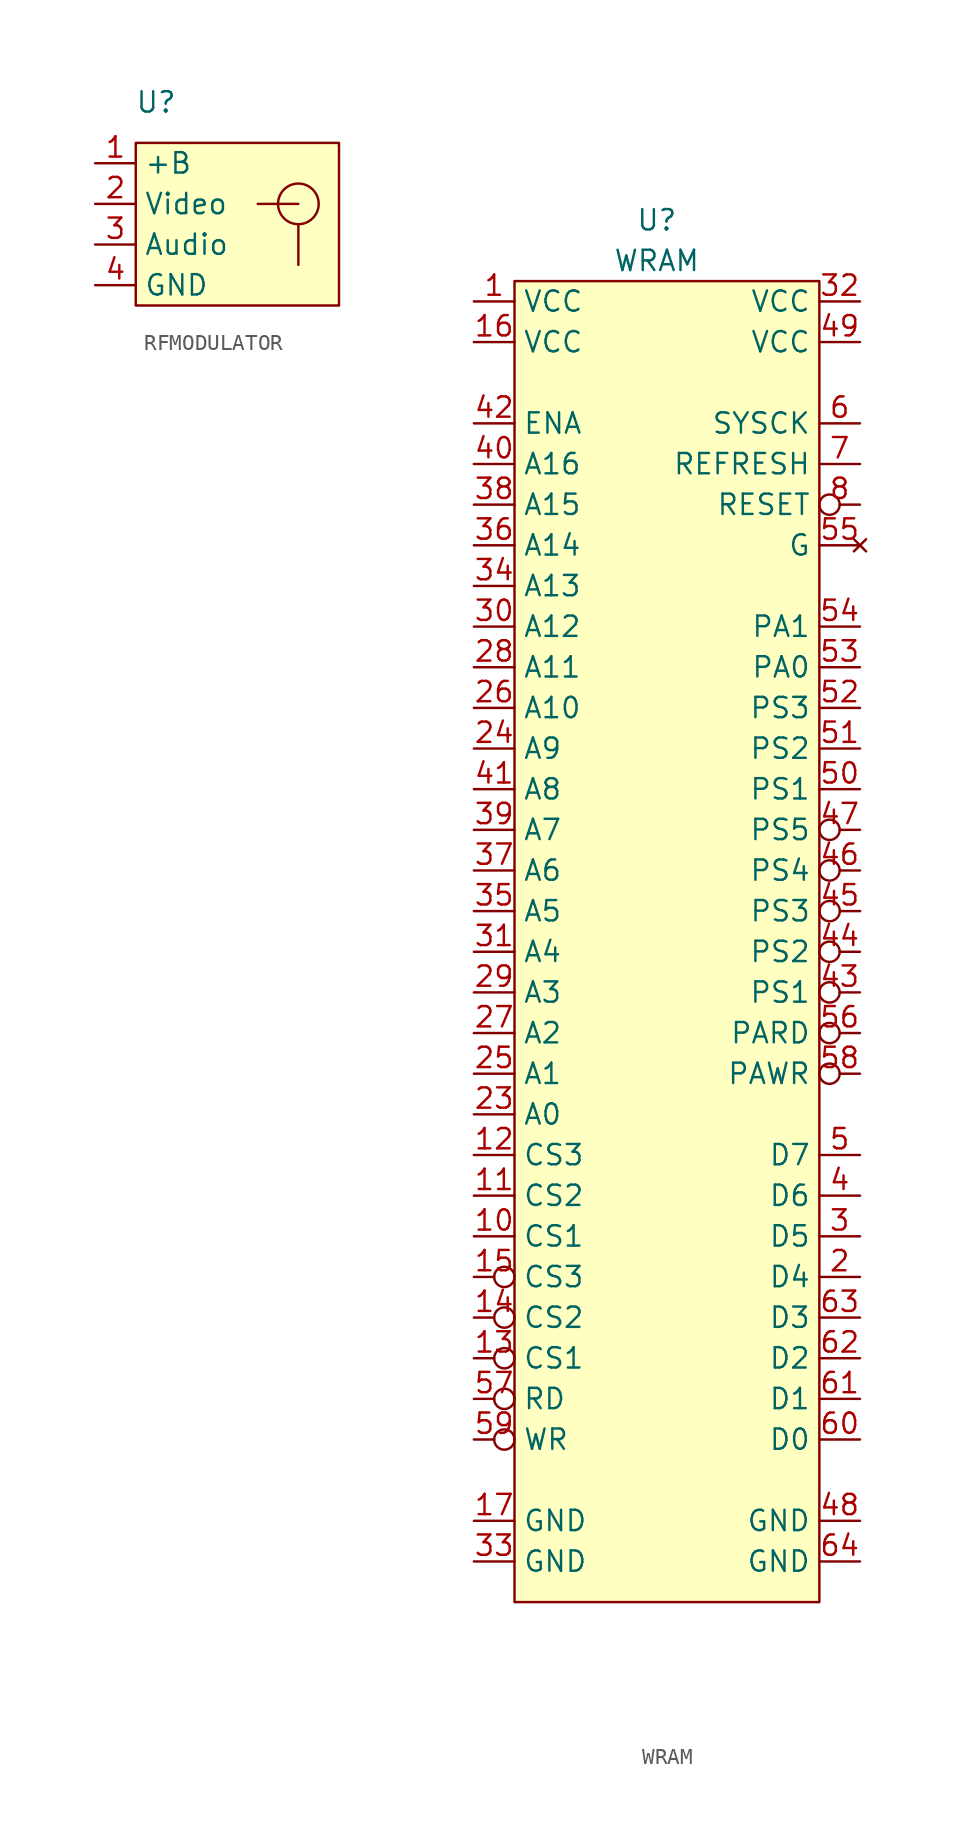
<source format=kicad_sym>
(kicad_symbol_lib
  (version 20220914)
  (generator kicad_symbol_editor)
  (symbol "RFMODULATOR"
    (property "Reference" "U"
      (at -5.08 7.62 0)
      (effects (font (size 1.27 1.27))))
    (property "Value" ""
      (at -5.08 3.81 0)
      (effects (font (size 1.27 1.27))))
    (symbol "RFMODULATOR_0_1"
      (rectangle (start -6.35 5.08) (end 6.35 -5.08) (stroke (width 0) (type default)) (fill (type background)))
      (polyline (pts (xy 1.27 1.27) (xy 3.81 1.27)) (stroke (width 0) (type default)) (fill (type none)))
      (polyline (pts (xy 3.81 0) (xy 3.81 -2.54)) (stroke (width 0) (type default)) (fill (type none)))
      (circle (center 3.81 1.27) (radius 1.27) (stroke (width 0) (type default)) (fill (type none))))
    (symbol "RFMODULATOR_1_1"
      (pin input line (at -8.89 3.81 0) (length 2.54) (name "+B" (effects (font (size 1.27 1.27)))) (number "1" (effects (font (size 1.27 1.27)))))
      (pin input line (at -8.89 1.27 0) (length 2.54) (name "Video" (effects (font (size 1.27 1.27)))) (number "2" (effects (font (size 1.27 1.27)))))
      (pin input line (at -8.89 -1.27 0) (length 2.54) (name "Audio" (effects (font (size 1.27 1.27)))) (number "3" (effects (font (size 1.27 1.27)))))
      (pin power_in line (at -8.89 -3.81 0) (length 2.54) (name "GND" (effects (font (size 1.27 1.27)))) (number "4" (effects (font (size 1.27 1.27)))))))
  (symbol "WRAM"
    (property "Reference" "U"
      (at 0 5.08 0)
      (effects (font (size 1.27 1.27))))
    (property "Value" "WRAM"
      (at 0 2.54 0)
      (effects (font (size 1.27 1.27))))
    (symbol "WRAM_0_0"
      (pin power_in line (at -11.43 0 0) (length 2.54) (name "VCC" (effects (font (size 1.27 1.27)))) (number "1" (effects (font (size 1.27 1.27)))))
      (pin unspecified line (at -11.43 -58.42 0) (length 2.54) (name "CS1" (effects (font (size 1.27 1.27)))) (number "10" (effects (font (size 1.27 1.27)))))
      (pin unspecified line (at -11.43 -55.88 0) (length 2.54) (name "CS2" (effects (font (size 1.27 1.27)))) (number "11" (effects (font (size 1.27 1.27)))))
      (pin unspecified line (at -11.43 -53.34 0) (length 2.54) (name "CS3" (effects (font (size 1.27 1.27)))) (number "12" (effects (font (size 1.27 1.27)))))
      (pin unspecified inverted (at -11.43 -66.04 0) (length 2.54) (name "CS1" (effects (font (size 1.27 1.27)))) (number "13" (effects (font (size 1.27 1.27)))))
      (pin unspecified inverted (at -11.43 -63.5 0) (length 2.54) (name "CS2" (effects (font (size 1.27 1.27)))) (number "14" (effects (font (size 1.27 1.27)))))
      (pin unspecified inverted (at -11.43 -60.96 0) (length 2.54) (name "CS3" (effects (font (size 1.27 1.27)))) (number "15" (effects (font (size 1.27 1.27)))))
      (pin power_in line (at -11.43 -2.54 0) (length 2.54) (name "VCC" (effects (font (size 1.27 1.27)))) (number "16" (effects (font (size 1.27 1.27)))))
      (pin unspecified line (at -11.43 -76.2 0) (length 2.54) (name "GND" (effects (font (size 1.27 1.27)))) (number "17" (effects (font (size 1.27 1.27)))))
      (pin bidirectional line (at 12.7 -60.96 180) (length 2.54) (name "D4" (effects (font (size 1.27 1.27)))) (number "2" (effects (font (size 1.27 1.27)))))
      (pin input line (at -11.43 -50.8 0) (length 2.54) (name "A0" (effects (font (size 1.27 1.27)))) (number "23" (effects (font (size 1.27 1.27)))))
      (pin input line (at -11.43 -27.94 0) (length 2.54) (name "A9" (effects (font (size 1.27 1.27)))) (number "24" (effects (font (size 1.27 1.27)))))
      (pin input line (at -11.43 -48.26 0) (length 2.54) (name "A1" (effects (font (size 1.27 1.27)))) (number "25" (effects (font (size 1.27 1.27)))))
      (pin input line (at -11.43 -25.4 0) (length 2.54) (name "A10" (effects (font (size 1.27 1.27)))) (number "26" (effects (font (size 1.27 1.27)))))
      (pin input line (at -11.43 -45.72 0) (length 2.54) (name "A2" (effects (font (size 1.27 1.27)))) (number "27" (effects (font (size 1.27 1.27)))))
      (pin input line (at -11.43 -22.86 0) (length 2.54) (name "A11" (effects (font (size 1.27 1.27)))) (number "28" (effects (font (size 1.27 1.27)))))
      (pin input line (at -11.43 -43.18 0) (length 2.54) (name "A3" (effects (font (size 1.27 1.27)))) (number "29" (effects (font (size 1.27 1.27)))))
      (pin bidirectional line (at 12.7 -58.42 180) (length 2.54) (name "D5" (effects (font (size 1.27 1.27)))) (number "3" (effects (font (size 1.27 1.27)))))
      (pin input line (at -11.43 -20.32 0) (length 2.54) (name "A12" (effects (font (size 1.27 1.27)))) (number "30" (effects (font (size 1.27 1.27)))))
      (pin input line (at -11.43 -40.64 0) (length 2.54) (name "A4" (effects (font (size 1.27 1.27)))) (number "31" (effects (font (size 1.27 1.27)))))
      (pin unspecified line (at 12.7 0 180) (length 2.54) (name "VCC" (effects (font (size 1.27 1.27)))) (number "32" (effects (font (size 1.27 1.27)))))
      (pin unspecified line (at -11.43 -78.74 0) (length 2.54) (name "GND" (effects (font (size 1.27 1.27)))) (number "33" (effects (font (size 1.27 1.27)))))
      (pin input line (at -11.43 -17.78 0) (length 2.54) (name "A13" (effects (font (size 1.27 1.27)))) (number "34" (effects (font (size 1.27 1.27)))))
      (pin input line (at -11.43 -38.1 0) (length 2.54) (name "A5" (effects (font (size 1.27 1.27)))) (number "35" (effects (font (size 1.27 1.27)))))
      (pin input line (at -11.43 -15.24 0) (length 2.54) (name "A14" (effects (font (size 1.27 1.27)))) (number "36" (effects (font (size 1.27 1.27)))))
      (pin input line (at -11.43 -35.56 0) (length 2.54) (name "A6" (effects (font (size 1.27 1.27)))) (number "37" (effects (font (size 1.27 1.27)))))
      (pin input line (at -11.43 -12.7 0) (length 2.54) (name "A15" (effects (font (size 1.27 1.27)))) (number "38" (effects (font (size 1.27 1.27)))))
      (pin input line (at -11.43 -33.02 0) (length 2.54) (name "A7" (effects (font (size 1.27 1.27)))) (number "39" (effects (font (size 1.27 1.27)))))
      (pin bidirectional line (at 12.7 -55.88 180) (length 2.54) (name "D6" (effects (font (size 1.27 1.27)))) (number "4" (effects (font (size 1.27 1.27)))))
      (pin input line (at -11.43 -10.16 0) (length 2.54) (name "A16" (effects (font (size 1.27 1.27)))) (number "40" (effects (font (size 1.27 1.27)))))
      (pin input line (at -11.43 -30.48 0) (length 2.54) (name "A8" (effects (font (size 1.27 1.27)))) (number "41" (effects (font (size 1.27 1.27)))))
      (pin input line (at -11.43 -7.62 0) (length 2.54) (name "ENA" (effects (font (size 1.27 1.27)))) (number "42" (effects (font (size 1.27 1.27)))))
      (pin unspecified inverted (at 12.7 -43.18 180) (length 2.54) (name "PS1" (effects (font (size 1.27 1.27)))) (number "43" (effects (font (size 1.27 1.27)))))
      (pin unspecified inverted (at 12.7 -40.64 180) (length 2.54) (name "PS2" (effects (font (size 1.27 1.27)))) (number "44" (effects (font (size 1.27 1.27)))))
      (pin unspecified inverted (at 12.709 -38.098 180) (length 2.54) (name "PS3" (effects (font (size 1.27 1.27)))) (number "45" (effects (font (size 1.27 1.27)))))
      (pin unspecified inverted (at 12.7 -35.56 180) (length 2.54) (name "PS4" (effects (font (size 1.27 1.27)))) (number "46" (effects (font (size 1.27 1.27)))))
      (pin unspecified inverted (at 12.7 -33.02 180) (length 2.54) (name "PS5" (effects (font (size 1.27 1.27)))) (number "47" (effects (font (size 1.27 1.27)))))
      (pin power_in line (at 12.7 -76.2 180) (length 2.54) (name "GND" (effects (font (size 1.27 1.27)))) (number "48" (effects (font (size 1.27 1.27)))))
      (pin unspecified line (at 12.7 -2.54 180) (length 2.54) (name "VCC" (effects (font (size 1.27 1.27)))) (number "49" (effects (font (size 1.27 1.27)))))
      (pin bidirectional line (at 12.7 -53.34 180) (length 2.54) (name "D7" (effects (font (size 1.27 1.27)))) (number "5" (effects (font (size 1.27 1.27)))))
      (pin unspecified line (at 12.7 -30.48 180) (length 2.54) (name "PS1" (effects (font (size 1.27 1.27)))) (number "50" (effects (font (size 1.27 1.27)))))
      (pin unspecified line (at 12.7 -27.94 180) (length 2.54) (name "PS2" (effects (font (size 1.27 1.27)))) (number "51" (effects (font (size 1.27 1.27)))))
      (pin unspecified line (at 12.7 -25.4 180) (length 2.54) (name "PS3" (effects (font (size 1.27 1.27)))) (number "52" (effects (font (size 1.27 1.27)))))
      (pin output line (at 12.7 -22.86 180) (length 2.54) (name "PA0" (effects (font (size 1.27 1.27)))) (number "53" (effects (font (size 1.27 1.27)))))
      (pin output line (at 12.7 -20.32 180) (length 2.54) (name "PA1" (effects (font (size 1.27 1.27)))) (number "54" (effects (font (size 1.27 1.27)))))
      (pin no_connect line (at 12.7 -15.24 180) (length 2.54) (name "G" (effects (font (size 1.27 1.27)))) (number "55" (effects (font (size 1.27 1.27)))))
      (pin unspecified inverted (at 12.7 -45.72 180) (length 2.54) (name "PARD" (effects (font (size 1.27 1.27)))) (number "56" (effects (font (size 1.27 1.27)))))
      (pin unspecified inverted (at -11.43 -68.58 0) (length 2.54) (name "RD" (effects (font (size 1.27 1.27)))) (number "57" (effects (font (size 1.27 1.27)))))
      (pin unspecified inverted (at 12.7 -48.26 180) (length 2.54) (name "PAWR" (effects (font (size 1.27 1.27)))) (number "58" (effects (font (size 1.27 1.27)))))
      (pin unspecified inverted (at -11.43 -71.12 0) (length 2.54) (name "WR" (effects (font (size 1.27 1.27)))) (number "59" (effects (font (size 1.27 1.27)))))
      (pin input line (at 12.7 -7.62 180) (length 2.54) (name "SYSCK" (effects (font (size 1.27 1.27)))) (number "6" (effects (font (size 1.27 1.27)))))
      (pin bidirectional line (at 12.7 -71.12 180) (length 2.54) (name "D0" (effects (font (size 1.27 1.27)))) (number "60" (effects (font (size 1.27 1.27)))))
      (pin bidirectional line (at 12.7 -68.58 180) (length 2.54) (name "D1" (effects (font (size 1.27 1.27)))) (number "61" (effects (font (size 1.27 1.27)))))
      (pin bidirectional line (at 12.7 -66.04 180) (length 2.54) (name "D2" (effects (font (size 1.27 1.27)))) (number "62" (effects (font (size 1.27 1.27)))))
      (pin bidirectional line (at 12.7 -63.5 180) (length 2.54) (name "D3" (effects (font (size 1.27 1.27)))) (number "63" (effects (font (size 1.27 1.27)))))
      (pin power_in line (at 12.7 -78.74 180) (length 2.54) (name "GND" (effects (font (size 1.27 1.27)))) (number "64" (effects (font (size 1.27 1.27)))))
      (pin unspecified line (at 12.7 -10.16 180) (length 2.54) (name "REFRESH" (effects (font (size 1.27 1.27)))) (number "7" (effects (font (size 1.27 1.27)))))
      (pin input inverted (at 12.7 -12.7 180) (length 2.54) (name "RESET" (effects (font (size 1.27 1.27)))) (number "8" (effects (font (size 1.27 1.27))))))
    (symbol "WRAM_0_1"
      (rectangle (start -8.89 1.27) (end 10.16 -81.28) (stroke (width 0) (type default)) (fill (type background))))))
</source>
